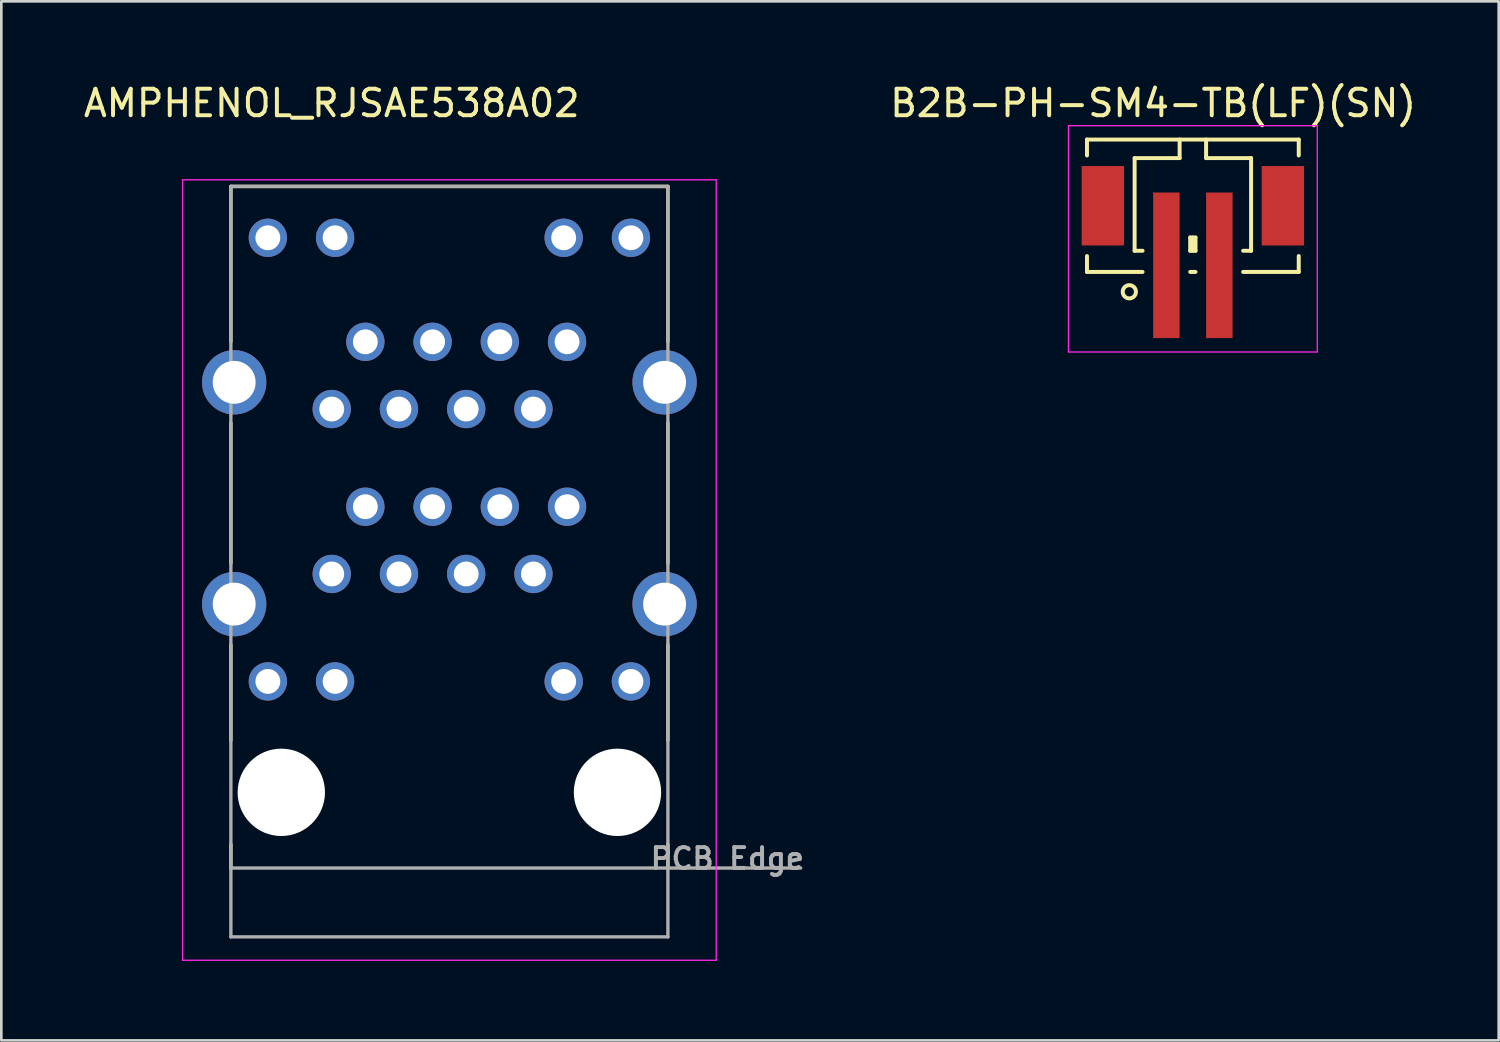
<source format=kicad_pcb>
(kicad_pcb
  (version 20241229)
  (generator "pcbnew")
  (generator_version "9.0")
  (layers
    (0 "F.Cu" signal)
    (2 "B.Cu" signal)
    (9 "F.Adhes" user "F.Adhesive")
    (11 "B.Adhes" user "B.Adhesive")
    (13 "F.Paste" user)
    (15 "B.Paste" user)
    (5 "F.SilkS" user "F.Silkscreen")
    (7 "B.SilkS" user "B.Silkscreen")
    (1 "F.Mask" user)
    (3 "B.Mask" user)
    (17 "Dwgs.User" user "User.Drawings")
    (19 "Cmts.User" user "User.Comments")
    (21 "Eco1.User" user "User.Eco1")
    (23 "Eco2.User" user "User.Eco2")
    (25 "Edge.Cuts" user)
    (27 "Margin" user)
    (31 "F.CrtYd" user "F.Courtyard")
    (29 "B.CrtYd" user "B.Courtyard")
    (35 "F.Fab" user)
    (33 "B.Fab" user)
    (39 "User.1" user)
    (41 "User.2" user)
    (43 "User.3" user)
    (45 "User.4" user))
  (footprint "AMPHENOL_RJSAE538A02"
    (layer "F.Cu")
    (at 13.927 26.883)
    (property "Reference" "AMPHENOL_RJSAE538A02" (at -4.445 -26.035 0) (layer "F.SilkS") (effects (font (size 1 1) (thickness 0.15))))
    (attr through_hole)
    (fp_line (start -8.255 -22.89) (end 8.255 -22.89) (stroke (width 0.127) (type solid)) (layer "F.SilkS"))
    (fp_line (start -8.255 -17.025) (end -8.255 -22.89) (stroke (width 0.127) (type solid)) (layer "F.SilkS"))
    (fp_line (start -8.255 -13.955) (end -8.255 -8.645) (stroke (width 0.127) (type solid)) (layer "F.SilkS"))
    (fp_line (start -8.255 -1.964) (end -8.255 -5.575) (stroke (width 0.127) (type solid)) (layer "F.SilkS"))
    (fp_line (start -8.255 2.86) (end -8.255 1.964) (stroke (width 0.127) (type solid)) (layer "F.SilkS"))
    (fp_line (start 8.255 -22.89) (end 8.255 -17.025) (stroke (width 0.127) (type solid)) (layer "F.SilkS"))
    (fp_line (start 8.255 -13.955) (end 8.255 -8.645) (stroke (width 0.127) (type solid)) (layer "F.SilkS"))
    (fp_line (start 8.255 -1.964) (end 8.255 -5.575) (stroke (width 0.127) (type solid)) (layer "F.SilkS"))
    (fp_line (start 8.255 2.86) (end 8.255 1.964) (stroke (width 0.127) (type solid)) (layer "F.SilkS"))
    (fp_line (start -10.08 -23.14) (end -10.08 6.345) (stroke (width 0.05) (type solid)) (layer "F.CrtYd"))
    (fp_line (start -10.08 6.345) (end 10.08 6.345) (stroke (width 0.05) (type solid)) (layer "F.CrtYd"))
    (fp_line (start 10.08 -23.14) (end -10.08 -23.14) (stroke (width 0.05) (type solid)) (layer "F.CrtYd"))
    (fp_line (start 10.08 6.345) (end 10.08 -23.14) (stroke (width 0.05) (type solid)) (layer "F.CrtYd"))
    (fp_line (start -8.255 -22.89) (end 8.255 -22.89) (stroke (width 0.127) (type solid)) (layer "F.Fab"))
    (fp_line (start -8.255 2.86) (end -8.255 -22.89) (stroke (width 0.127) (type solid)) (layer "F.Fab"))
    (fp_line (start -8.255 2.86) (end 13.27 2.86) (stroke (width 0.127) (type solid)) (layer "F.Fab"))
    (fp_line (start -8.255 5.46) (end -8.255 2.86) (stroke (width 0.127) (type solid)) (layer "F.Fab"))
    (fp_line (start 8.255 -22.89) (end 8.255 5.46) (stroke (width 0.127) (type solid)) (layer "F.Fab"))
    (fp_line (start 8.255 5.46) (end -8.255 5.46) (stroke (width 0.127) (type solid)) (layer "F.Fab"))
    (fp_text user "PCB Edge" (at 10.5 2.5 0) (layer "F.Fab") (effects (font (size 0.787 0.787) (thickness 0.15))))
    (pad "" np_thru_hole circle (at -6.35 0) (size 3.3 3.3) (drill 3.3) (layers "*.Cu" "*.Mask"))
    (pad "" np_thru_hole circle (at 6.35 0) (size 3.3 3.3) (drill 3.3) (layers "*.Cu" "*.Mask"))
    (pad "1" thru_hole circle (at 3.175 -14.48) (size 1.448 1.448) (drill 0.94) (layers "*.Cu" "*.Mask"))
    (pad "2" thru_hole circle (at 4.445 -17.02) (size 1.448 1.448) (drill 0.94) (layers "*.Cu" "*.Mask"))
    (pad "3" thru_hole circle (at 0.635 -14.48) (size 1.448 1.448) (drill 0.94) (layers "*.Cu" "*.Mask"))
    (pad "4" thru_hole circle (at 1.905 -17.02) (size 1.448 1.448) (drill 0.94) (layers "*.Cu" "*.Mask"))
    (pad "5" thru_hole circle (at -1.905 -14.48) (size 1.448 1.448) (drill 0.94) (layers "*.Cu" "*.Mask"))
    (pad "6" thru_hole circle (at -0.635 -17.02) (size 1.448 1.448) (drill 0.94) (layers "*.Cu" "*.Mask"))
    (pad "7" thru_hole circle (at -4.445 -14.48) (size 1.448 1.448) (drill 0.94) (layers "*.Cu" "*.Mask"))
    (pad "8" thru_hole circle (at -3.175 -17.02) (size 1.448 1.448) (drill 0.94) (layers "*.Cu" "*.Mask"))
    (pad "9" thru_hole circle (at 6.858 -20.95) (size 1.448 1.448) (drill 0.94) (layers "*.Cu" "*.Mask"))
    (pad "10" thru_hole circle (at 4.318 -20.95) (size 1.448 1.448) (drill 0.94) (layers "*.Cu" "*.Mask"))
    (pad "11" thru_hole circle (at -4.318 -20.95) (size 1.448 1.448) (drill 0.94) (layers "*.Cu" "*.Mask"))
    (pad "12" thru_hole circle (at -6.858 -20.95) (size 1.448 1.448) (drill 0.94) (layers "*.Cu" "*.Mask"))
    (pad "13" thru_hole circle (at 3.175 -8.25) (size 1.448 1.448) (drill 0.94) (layers "*.Cu" "*.Mask"))
    (pad "14" thru_hole circle (at 4.445 -10.79) (size 1.448 1.448) (drill 0.94) (layers "*.Cu" "*.Mask"))
    (pad "15" thru_hole circle (at 0.635 -8.25) (size 1.448 1.448) (drill 0.94) (layers "*.Cu" "*.Mask"))
    (pad "16" thru_hole circle (at 1.905 -10.79) (size 1.448 1.448) (drill 0.94) (layers "*.Cu" "*.Mask"))
    (pad "17" thru_hole circle (at -1.905 -8.25) (size 1.448 1.448) (drill 0.94) (layers "*.Cu" "*.Mask"))
    (pad "18" thru_hole circle (at -0.635 -10.79) (size 1.448 1.448) (drill 0.94) (layers "*.Cu" "*.Mask"))
    (pad "19" thru_hole circle (at -4.445 -8.25) (size 1.448 1.448) (drill 0.94) (layers "*.Cu" "*.Mask"))
    (pad "20" thru_hole circle (at -3.175 -10.79) (size 1.448 1.448) (drill 0.94) (layers "*.Cu" "*.Mask"))
    (pad "21" thru_hole circle (at 6.858 -4.19) (size 1.448 1.448) (drill 0.94) (layers "*.Cu" "*.Mask"))
    (pad "22" thru_hole circle (at 4.318 -4.19) (size 1.448 1.448) (drill 0.94) (layers "*.Cu" "*.Mask"))
    (pad "23" thru_hole circle (at -4.318 -4.19) (size 1.448 1.448) (drill 0.94) (layers "*.Cu" "*.Mask"))
    (pad "24" thru_hole circle (at -6.858 -4.19) (size 1.448 1.448) (drill 0.94) (layers "*.Cu" "*.Mask"))
    (pad "S1" thru_hole circle (at -8.13 -7.11) (size 2.43 2.43) (drill 1.62) (layers "*.Cu" "*.Mask"))
    (pad "S2" thru_hole circle (at 8.13 -7.11) (size 2.43 2.43) (drill 1.62) (layers "*.Cu" "*.Mask"))
    (pad "S3" thru_hole circle (at -8.13 -15.49) (size 2.43 2.43) (drill 1.62) (layers "*.Cu" "*.Mask"))
    (pad "S4" thru_hole circle (at 8.13 -15.49) (size 2.43 2.43) (drill 1.62) (layers "*.Cu" "*.Mask")))
  (footprint "B2B-PH-SM4-TB(LF)(SN)"
    (layer "F.Cu")
    (at 42.014 5.848)
    (property "Reference" "B2B-PH-SM4-TB(LF)(SN)" (at -1.5 -5 0) (layer "F.SilkS") (effects (font (size 1 1) (thickness 0.15))))
    (attr smd)
    (fp_line (start -4 -3.625) (end 4 -3.625) (stroke (width 0.15) (type solid)) (layer "F.SilkS"))
    (fp_line (start -4 -3.025) (end -4 -3.625) (stroke (width 0.15) (type solid)) (layer "F.SilkS"))
    (fp_line (start -4 0.775) (end -4 1.375) (stroke (width 0.15) (type solid)) (layer "F.SilkS"))
    (fp_line (start -4 1.375) (end -1.9 1.375) (stroke (width 0.15) (type solid)) (layer "F.SilkS"))
    (fp_line (start -2.2 -2.925) (end -2.2 0.575) (stroke (width 0.15) (type solid)) (layer "F.SilkS"))
    (fp_line (start -2.2 0.575) (end -1.9 0.575) (stroke (width 0.15) (type solid)) (layer "F.SilkS"))
    (fp_line (start -0.5 -3.625) (end -0.5 -2.925) (stroke (width 0.15) (type solid)) (layer "F.SilkS"))
    (fp_line (start -0.5 -2.925) (end -2.2 -2.925) (stroke (width 0.15) (type solid)) (layer "F.SilkS"))
    (fp_line (start -0.1 0.075) (end 0.1 0.075) (stroke (width 0.15) (type solid)) (layer "F.SilkS"))
    (fp_line (start -0.1 0.575) (end -0.1 0.075) (stroke (width 0.15) (type solid)) (layer "F.SilkS"))
    (fp_line (start -0.1 0.575) (end 0.1 0.575) (stroke (width 0.15) (type solid)) (layer "F.SilkS"))
    (fp_line (start -0.1 1.375) (end 0.1 1.375) (stroke (width 0.15) (type solid)) (layer "F.SilkS"))
    (fp_line (start 0 0.575) (end 0 0.075) (stroke (width 0.15) (type solid)) (layer "F.SilkS"))
    (fp_line (start 0.1 0.075) (end 0.1 0.575) (stroke (width 0.15) (type solid)) (layer "F.SilkS"))
    (fp_line (start 0.5 -3.625) (end 0.5 -2.925) (stroke (width 0.15) (type solid)) (layer "F.SilkS"))
    (fp_line (start 0.5 -2.925) (end 2.2 -2.925) (stroke (width 0.15) (type solid)) (layer "F.SilkS"))
    (fp_line (start 2.2 -2.925) (end 2.2 0.575) (stroke (width 0.15) (type solid)) (layer "F.SilkS"))
    (fp_line (start 2.2 0.575) (end 1.9 0.575) (stroke (width 0.15) (type solid)) (layer "F.SilkS"))
    (fp_line (start 4 -3.625) (end 4 -3.025) (stroke (width 0.15) (type solid)) (layer "F.SilkS"))
    (fp_line (start 4 0.775) (end 4 1.375) (stroke (width 0.15) (type solid)) (layer "F.SilkS"))
    (fp_line (start 4 1.375) (end 1.9 1.375) (stroke (width 0.15) (type solid)) (layer "F.SilkS"))
    (fp_circle (center -2.4 2.125) (end -2.15 2.125) (stroke (width 0.15) (type solid)) (fill no) (layer "F.SilkS"))
    (fp_line (start -4.7 -4.15) (end 4.7 -4.15) (stroke (width 0.05) (type solid)) (layer "F.CrtYd"))
    (fp_line (start -4.7 4.4) (end -4.7 -4.15) (stroke (width 0.05) (type solid)) (layer "F.CrtYd"))
    (fp_line (start 4.7 -4.15) (end 4.7 4.4) (stroke (width 0.05) (type solid)) (layer "F.CrtYd"))
    (fp_line (start 4.7 4.4) (end -4.7 4.4) (stroke (width 0.05) (type solid)) (layer "F.CrtYd"))
    (pad "" smd rect (at -3.4 -1.125) (size 1.6 3) (layers "F.Cu" "F.Mask" "F.Paste"))
    (pad "" smd rect (at 3.4 -1.125) (size 1.6 3) (layers "F.Cu" "F.Mask" "F.Paste"))
    (pad "1" smd rect (at -1 1.125) (size 1 5.5) (layers "F.Cu" "F.Mask" "F.Paste"))
    (pad "2" smd rect (at 1 1.125) (size 1 5.5) (layers "F.Cu" "F.Mask" "F.Paste")))
  (gr_rect
    (start -3 -3)
    (end 53.568 36.253)
    (stroke (width 0.1) (type default))
    (fill no)
    (layer "Edge.Cuts")))
</source>
